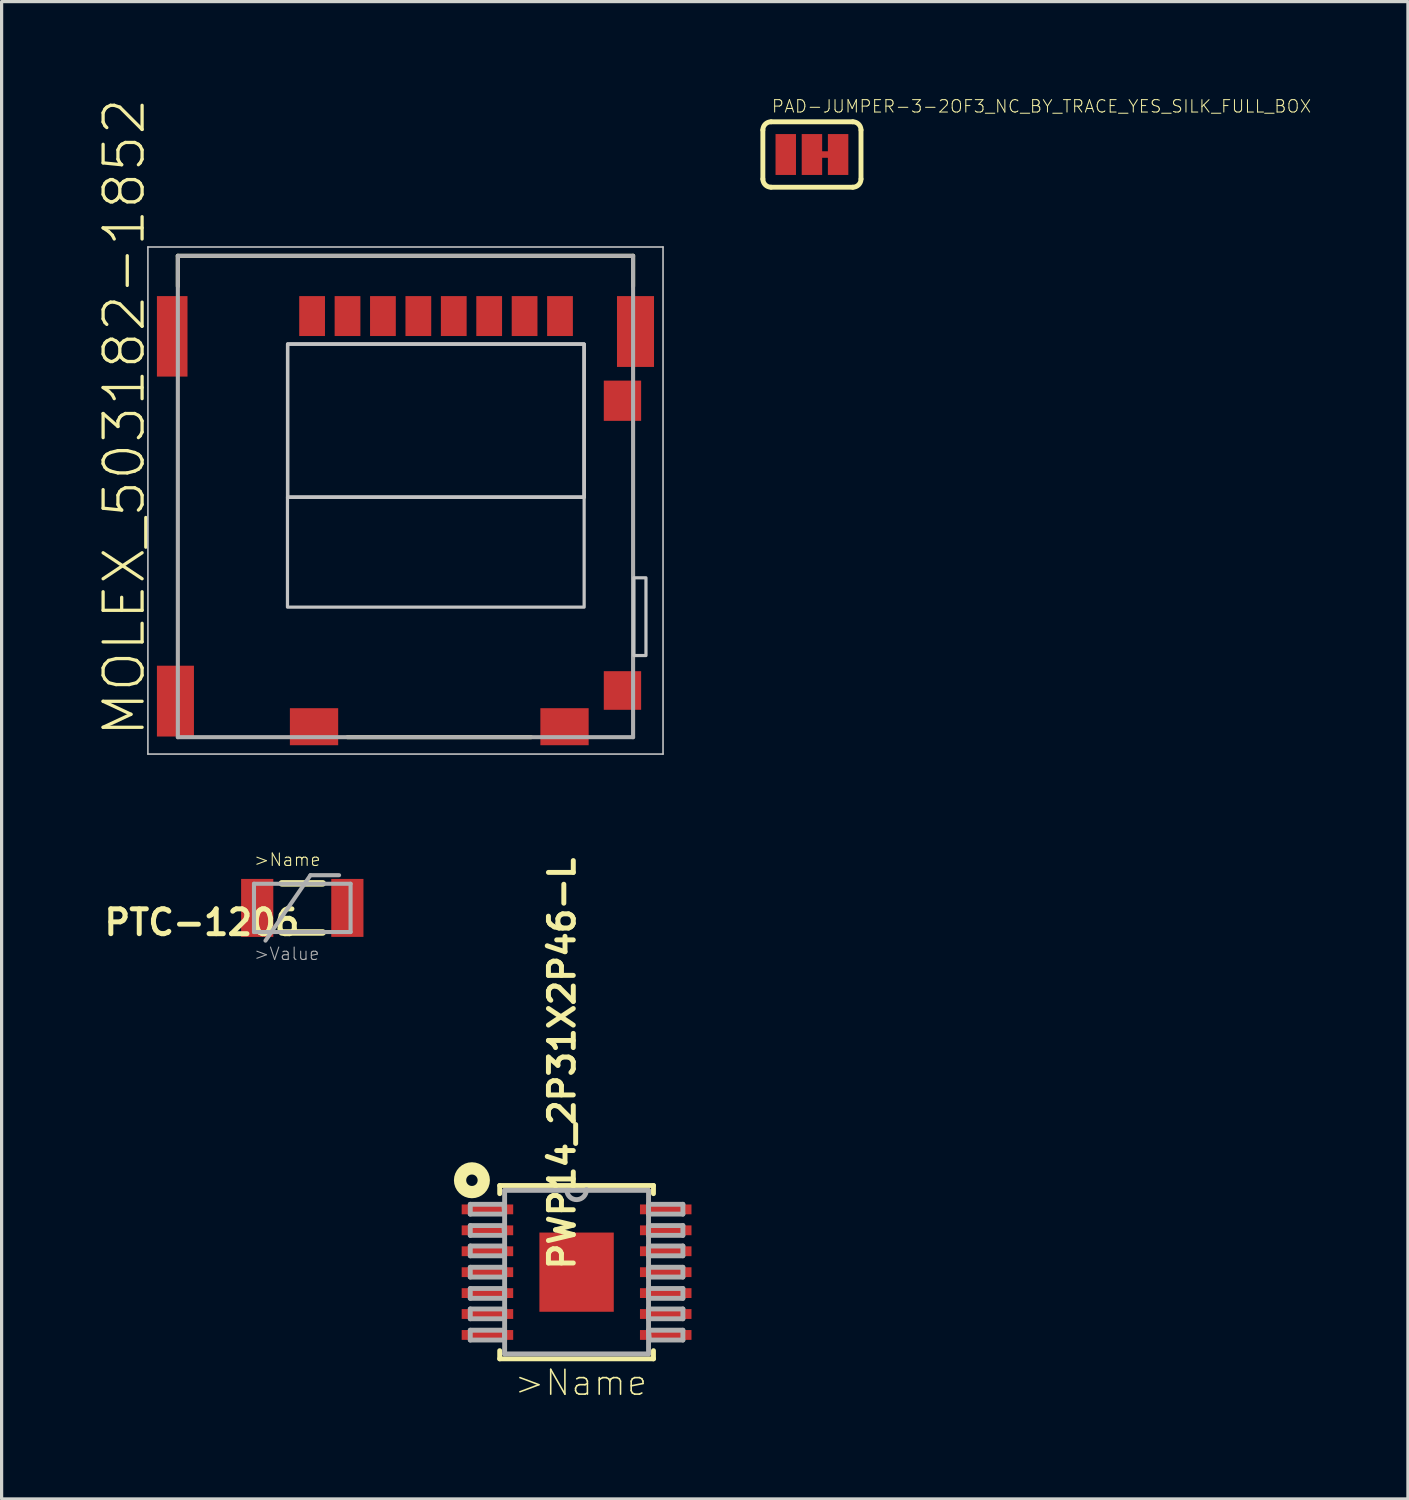
<source format=kicad_pcb>
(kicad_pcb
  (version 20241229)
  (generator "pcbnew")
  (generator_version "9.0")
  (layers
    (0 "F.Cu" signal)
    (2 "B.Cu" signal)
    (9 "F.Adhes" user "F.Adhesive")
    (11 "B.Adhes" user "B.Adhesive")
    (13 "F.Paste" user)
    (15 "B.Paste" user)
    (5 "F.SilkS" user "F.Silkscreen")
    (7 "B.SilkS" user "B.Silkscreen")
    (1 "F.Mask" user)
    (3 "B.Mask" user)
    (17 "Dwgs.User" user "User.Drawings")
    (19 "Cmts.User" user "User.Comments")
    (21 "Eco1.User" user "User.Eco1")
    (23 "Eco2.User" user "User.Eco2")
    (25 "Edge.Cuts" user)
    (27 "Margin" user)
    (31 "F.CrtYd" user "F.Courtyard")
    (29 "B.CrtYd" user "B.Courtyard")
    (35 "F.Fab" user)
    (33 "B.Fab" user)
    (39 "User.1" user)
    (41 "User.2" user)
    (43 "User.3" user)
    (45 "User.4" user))
  (footprint "PTC-1206"
    (layer "F.Cu")
    (at 6.339 25.15)
    (property "Reference" "PTC-1206" (at 0 0 180) (layer "F.SilkS") (effects (font (size 0.772 0.772) (thickness 0.154)) (justify right top)))
    (attr through_hole)
    (fp_line (start -0.635 -0.762) (end 0.635 -0.762) (stroke (width 0.203) (type solid)) (layer "F.SilkS"))
    (fp_line (start 0.635 0.762) (end -0.635 0.762) (stroke (width 0.203) (type solid)) (layer "F.SilkS"))
    (fp_line (start -1.5 -0.75) (end 1.5 -0.75) (stroke (width 0.127) (type solid)) (layer "F.Fab"))
    (fp_line (start -1.5 0.75) (end -1.5 -0.75) (stroke (width 0.127) (type solid)) (layer "F.Fab"))
    (fp_line (start -1.143 1.016) (end 0.254 -1.016) (stroke (width 0.127) (type solid)) (layer "F.Fab"))
    (fp_line (start 0.254 -1.016) (end 1.143 -1.016) (stroke (width 0.127) (type solid)) (layer "F.Fab"))
    (fp_line (start 1.5 -0.75) (end 1.5 0.75) (stroke (width 0.127) (type solid)) (layer "F.Fab"))
    (fp_line (start 1.5 0.75) (end -1.5 0.75) (stroke (width 0.127) (type solid)) (layer "F.Fab"))
    (fp_text user ">Name" (at -1.524 -1.27 0) (layer "F.SilkS") (effects (font (size 0.386 0.386) (thickness 0.033)) (justify left bottom)))
    (fp_text user ">Value" (at -1.524 1.651 0) (layer "F.Fab") (effects (font (size 0.386 0.386) (thickness 0.033)) (justify left bottom)))
    (pad "1" smd rect (at -1.4 0) (size 1 1.8) (layers "F.Cu" "F.Mask" "F.Paste"))
    (pad "2" smd rect (at 1.4 0) (size 1 1.8) (layers "F.Cu" "F.Mask" "F.Paste")))
  (footprint "PAD-JUMPER-3-2OF3_NC_BY_TRACE_YES_SILK_FULL_BOX"
    (layer "F.Cu")
    (at 22.169 1.749)
    (property "Reference" "PAD-JUMPER-3-2OF3_NC_BY_TRACE_YES_SILK_FULL_BOX" (at -1.27 -1.27 180) (layer "F.SilkS") (effects (font (size 0.386 0.386) (thickness 0.031)) (justify left bottom)))
    (attr through_hole)
    (fp_line (start 0 0) (end 0.635 0) (stroke (width 0.203) (type solid)) (layer "F.Cu"))
    (fp_line (start -1.524 0.762) (end -1.524 -0.762) (stroke (width 0.152) (type solid)) (layer "F.SilkS"))
    (fp_line (start -1.27 -1.016) (end 1.27 -1.016) (stroke (width 0.152) (type solid)) (layer "F.SilkS"))
    (fp_line (start 1.27 1.016) (end -1.27 1.016) (stroke (width 0.152) (type solid)) (layer "F.SilkS"))
    (fp_line (start 1.524 0.762) (end 1.524 -0.762) (stroke (width 0.152) (type solid)) (layer "F.SilkS"))
    (fp_arc (start -1.524 -0.762) (mid -1.449605 -0.941605) (end -1.27 -1.016) (stroke (width 0.1524) (type solid)) (layer "F.SilkS"))
    (fp_arc (start -1.27 1.016) (mid -1.449605 0.941605) (end -1.524 0.762) (stroke (width 0.1524) (type solid)) (layer "F.SilkS"))
    (fp_arc (start 1.27 -1.016) (mid 1.449605 -0.941605) (end 1.524 -0.762) (stroke (width 0.1524) (type solid)) (layer "F.SilkS"))
    (fp_arc (start 1.524 0.762) (mid 1.449605 0.941605) (end 1.27 1.016) (stroke (width 0.1524) (type solid)) (layer "F.SilkS"))
    (pad "1" smd rect (at -0.813 0) (size 0.635 1.27) (layers "F.Cu" "F.Mask"))
    (pad "2" smd rect (at 0 0) (size 0.635 1.27) (layers "F.Cu" "F.Mask"))
    (pad "3" smd rect (at 0.813 0) (size 0.635 1.27) (layers "F.Cu" "F.Mask")))
  (footprint "PWP14_2P31X2P46-L"
    (layer "F.Cu")
    (at 14.859 36.464)
    (property "Reference" "PWP14_2P31X2P46-L" (at 0 0 90) (layer "F.SilkS") (effects (font (size 0.772 0.772) (thickness 0.154)) (justify left bottom)))
    (attr through_hole)
    (fp_line (start -2.388 -2.692) (end -2.388 -2.438) (stroke (width 0.152) (type solid)) (layer "F.SilkS"))
    (fp_line (start -2.388 2.438) (end -2.388 2.692) (stroke (width 0.152) (type solid)) (layer "F.SilkS"))
    (fp_line (start -2.388 2.692) (end 2.388 2.692) (stroke (width 0.152) (type solid)) (layer "F.SilkS"))
    (fp_line (start 2.388 -2.692) (end -2.388 -2.692) (stroke (width 0.152) (type solid)) (layer "F.SilkS"))
    (fp_line (start 2.388 -2.438) (end 2.388 -2.692) (stroke (width 0.152) (type solid)) (layer "F.SilkS"))
    (fp_line (start 2.388 2.692) (end 2.388 2.438) (stroke (width 0.152) (type solid)) (layer "F.SilkS"))
    (fp_circle (center -3.251 -2.855) (end -3.073 -2.855) (stroke (width 0.381) (type solid)) (fill no) (layer "F.SilkS"))
    (fp_poly (pts (xy -1.155 -1.23) (xy -1.155 1.23) (xy 1.155 1.23) (xy 1.155 -1.23)) (stroke (width 0) (type solid)) (fill yes) (layer "F.Paste"))
    (fp_line (start -3.302 -2.108) (end -3.302 -1.803) (stroke (width 0.152) (type solid)) (layer "F.Fab"))
    (fp_line (start -3.302 -1.803) (end -2.235 -1.803) (stroke (width 0.152) (type solid)) (layer "F.Fab"))
    (fp_line (start -3.302 -1.448) (end -3.302 -1.143) (stroke (width 0.152) (type solid)) (layer "F.Fab"))
    (fp_line (start -3.302 -1.143) (end -2.235 -1.143) (stroke (width 0.152) (type solid)) (layer "F.Fab"))
    (fp_line (start -3.302 -0.813) (end -3.302 -0.508) (stroke (width 0.152) (type solid)) (layer "F.Fab"))
    (fp_line (start -3.302 -0.508) (end -2.235 -0.508) (stroke (width 0.152) (type solid)) (layer "F.Fab"))
    (fp_line (start -3.302 -0.152) (end -3.302 0.152) (stroke (width 0.152) (type solid)) (layer "F.Fab"))
    (fp_line (start -3.302 0.152) (end -2.235 0.152) (stroke (width 0.152) (type solid)) (layer "F.Fab"))
    (fp_line (start -3.302 0.508) (end -3.302 0.813) (stroke (width 0.152) (type solid)) (layer "F.Fab"))
    (fp_line (start -3.302 0.813) (end -2.235 0.813) (stroke (width 0.152) (type solid)) (layer "F.Fab"))
    (fp_line (start -3.302 1.143) (end -3.302 1.448) (stroke (width 0.152) (type solid)) (layer "F.Fab"))
    (fp_line (start -3.302 1.448) (end -2.235 1.448) (stroke (width 0.152) (type solid)) (layer "F.Fab"))
    (fp_line (start -3.302 1.803) (end -3.302 2.108) (stroke (width 0.152) (type solid)) (layer "F.Fab"))
    (fp_line (start -3.302 2.108) (end -2.235 2.108) (stroke (width 0.152) (type solid)) (layer "F.Fab"))
    (fp_line (start -2.261 -2.108) (end -3.302 -2.108) (stroke (width 0.152) (type solid)) (layer "F.Fab"))
    (fp_line (start -2.261 -1.448) (end -3.302 -1.448) (stroke (width 0.152) (type solid)) (layer "F.Fab"))
    (fp_line (start -2.235 -2.54) (end -2.235 2.54) (stroke (width 0.152) (type solid)) (layer "F.Fab"))
    (fp_line (start -2.235 -1.803) (end -2.261 -2.108) (stroke (width 0.152) (type solid)) (layer "F.Fab"))
    (fp_line (start -2.235 -1.143) (end -2.261 -1.448) (stroke (width 0.152) (type solid)) (layer "F.Fab"))
    (fp_line (start -2.235 -0.813) (end -3.302 -0.813) (stroke (width 0.152) (type solid)) (layer "F.Fab"))
    (fp_line (start -2.235 -0.508) (end -2.235 -0.813) (stroke (width 0.152) (type solid)) (layer "F.Fab"))
    (fp_line (start -2.235 -0.152) (end -3.302 -0.152) (stroke (width 0.152) (type solid)) (layer "F.Fab"))
    (fp_line (start -2.235 0.152) (end -2.235 -0.152) (stroke (width 0.152) (type solid)) (layer "F.Fab"))
    (fp_line (start -2.235 0.508) (end -3.302 0.508) (stroke (width 0.152) (type solid)) (layer "F.Fab"))
    (fp_line (start -2.235 0.813) (end -2.235 0.508) (stroke (width 0.152) (type solid)) (layer "F.Fab"))
    (fp_line (start -2.235 1.143) (end -3.302 1.143) (stroke (width 0.152) (type solid)) (layer "F.Fab"))
    (fp_line (start -2.235 1.448) (end -2.235 1.143) (stroke (width 0.152) (type solid)) (layer "F.Fab"))
    (fp_line (start -2.235 1.803) (end -3.302 1.803) (stroke (width 0.152) (type solid)) (layer "F.Fab"))
    (fp_line (start -2.235 2.108) (end -2.235 1.803) (stroke (width 0.152) (type solid)) (layer "F.Fab"))
    (fp_line (start -2.235 2.54) (end 2.235 2.54) (stroke (width 0.152) (type solid)) (layer "F.Fab"))
    (fp_line (start -0.305 -2.54) (end -2.235 -2.54) (stroke (width 0.152) (type solid)) (layer "F.Fab"))
    (fp_line (start 2.235 -2.54) (end -0.305 -2.54) (stroke (width 0.152) (type solid)) (layer "F.Fab"))
    (fp_line (start 2.235 -2.108) (end 2.235 -1.803) (stroke (width 0.152) (type solid)) (layer "F.Fab"))
    (fp_line (start 2.235 -1.803) (end 3.302 -1.803) (stroke (width 0.152) (type solid)) (layer "F.Fab"))
    (fp_line (start 2.235 -1.448) (end 2.235 -1.143) (stroke (width 0.152) (type solid)) (layer "F.Fab"))
    (fp_line (start 2.235 -1.143) (end 3.302 -1.143) (stroke (width 0.152) (type solid)) (layer "F.Fab"))
    (fp_line (start 2.235 -0.813) (end 2.235 -0.508) (stroke (width 0.152) (type solid)) (layer "F.Fab"))
    (fp_line (start 2.235 -0.508) (end 3.302 -0.508) (stroke (width 0.152) (type solid)) (layer "F.Fab"))
    (fp_line (start 2.235 -0.152) (end 2.235 0.152) (stroke (width 0.152) (type solid)) (layer "F.Fab"))
    (fp_line (start 2.235 0.152) (end 3.302 0.152) (stroke (width 0.152) (type solid)) (layer "F.Fab"))
    (fp_line (start 2.235 0.508) (end 2.235 0.813) (stroke (width 0.152) (type solid)) (layer "F.Fab"))
    (fp_line (start 2.235 0.813) (end 3.302 0.813) (stroke (width 0.152) (type solid)) (layer "F.Fab"))
    (fp_line (start 2.235 1.143) (end 2.235 1.448) (stroke (width 0.152) (type solid)) (layer "F.Fab"))
    (fp_line (start 2.235 1.448) (end 3.302 1.448) (stroke (width 0.152) (type solid)) (layer "F.Fab"))
    (fp_line (start 2.235 1.803) (end 2.261 2.108) (stroke (width 0.152) (type solid)) (layer "F.Fab"))
    (fp_line (start 2.235 2.54) (end 2.235 -2.54) (stroke (width 0.152) (type solid)) (layer "F.Fab"))
    (fp_line (start 2.261 2.108) (end 3.302 2.108) (stroke (width 0.152) (type solid)) (layer "F.Fab"))
    (fp_line (start 3.302 -2.108) (end 2.235 -2.108) (stroke (width 0.152) (type solid)) (layer "F.Fab"))
    (fp_line (start 3.302 -1.803) (end 3.302 -2.108) (stroke (width 0.152) (type solid)) (layer "F.Fab"))
    (fp_line (start 3.302 -1.448) (end 2.235 -1.448) (stroke (width 0.152) (type solid)) (layer "F.Fab"))
    (fp_line (start 3.302 -1.143) (end 3.302 -1.448) (stroke (width 0.152) (type solid)) (layer "F.Fab"))
    (fp_line (start 3.302 -0.813) (end 2.235 -0.813) (stroke (width 0.152) (type solid)) (layer "F.Fab"))
    (fp_line (start 3.302 -0.508) (end 3.302 -0.813) (stroke (width 0.152) (type solid)) (layer "F.Fab"))
    (fp_line (start 3.302 -0.152) (end 2.235 -0.152) (stroke (width 0.152) (type solid)) (layer "F.Fab"))
    (fp_line (start 3.302 0.152) (end 3.302 -0.152) (stroke (width 0.152) (type solid)) (layer "F.Fab"))
    (fp_line (start 3.302 0.508) (end 2.235 0.508) (stroke (width 0.152) (type solid)) (layer "F.Fab"))
    (fp_line (start 3.302 0.813) (end 3.302 0.508) (stroke (width 0.152) (type solid)) (layer "F.Fab"))
    (fp_line (start 3.302 1.143) (end 2.235 1.143) (stroke (width 0.152) (type solid)) (layer "F.Fab"))
    (fp_line (start 3.302 1.448) (end 3.302 1.143) (stroke (width 0.152) (type solid)) (layer "F.Fab"))
    (fp_line (start 3.302 1.803) (end 2.235 1.803) (stroke (width 0.152) (type solid)) (layer "F.Fab"))
    (fp_line (start 3.302 2.108) (end 3.302 1.803) (stroke (width 0.152) (type solid)) (layer "F.Fab"))
    (fp_arc (start 0.3048 -2.5654) (mid 0.0127 -2.2479) (end -0.3048 -2.54) (stroke (width 0.1524) (type solid)) (layer "F.Fab"))
    (fp_text user ">Name" (at -1.976 3.886 0) (layer "F.SilkS") (effects (font (size 0.772 0.772) (thickness 0.049)) (justify left bottom)))
    (pad "1" smd rect (at -2.769 -1.95) (size 1.6 0.305) (layers "F.Cu" "F.Mask" "F.Paste"))
    (pad "2" smd rect (at -2.769 -1.3) (size 1.6 0.305) (layers "F.Cu" "F.Mask" "F.Paste"))
    (pad "3" smd rect (at -2.769 -0.65) (size 1.6 0.305) (layers "F.Cu" "F.Mask" "F.Paste"))
    (pad "4" smd rect (at -2.769 0) (size 1.6 0.305) (layers "F.Cu" "F.Mask" "F.Paste"))
    (pad "5" smd rect (at -2.769 0.65) (size 1.6 0.305) (layers "F.Cu" "F.Mask" "F.Paste"))
    (pad "6" smd rect (at -2.769 1.3) (size 1.6 0.305) (layers "F.Cu" "F.Mask" "F.Paste"))
    (pad "7" smd rect (at -2.769 1.95) (size 1.6 0.305) (layers "F.Cu" "F.Mask" "F.Paste"))
    (pad "8" smd rect (at 2.769 1.95) (size 1.6 0.305) (layers "F.Cu" "F.Mask" "F.Paste"))
    (pad "9" smd rect (at 2.769 1.3) (size 1.6 0.305) (layers "F.Cu" "F.Mask" "F.Paste"))
    (pad "10" smd rect (at 2.769 0.65) (size 1.6 0.305) (layers "F.Cu" "F.Mask" "F.Paste"))
    (pad "11" smd rect (at 2.769 0) (size 1.6 0.305) (layers "F.Cu" "F.Mask" "F.Paste"))
    (pad "12" smd rect (at 2.769 -0.65) (size 1.6 0.305) (layers "F.Cu" "F.Mask" "F.Paste"))
    (pad "13" smd rect (at 2.769 -1.3) (size 1.6 0.305) (layers "F.Cu" "F.Mask" "F.Paste"))
    (pad "14" smd rect (at 2.769 -1.95) (size 1.6 0.305) (layers "F.Cu" "F.Mask" "F.Paste"))
    (pad "15" smd rect (at 0 0) (size 2.31 2.46) (layers "F.Cu" "F.Mask" "F.Paste")))
  (footprint "MOLEX_503182-1852"
    (layer "F.Cu")
    (at 9.544 13.122)
    (property "Reference" "MOLEX_503182-1852" (at -8.027 6.773 90) (layer "F.SilkS") (effects (font (size 1.211 1.211) (thickness 0.102)) (justify left bottom)))
    (attr through_hole)
    (fp_line (start -7.07 -8.225) (end 7.07 -8.225) (stroke (width 0.127) (type solid)) (layer "F.SilkS"))
    (fp_line (start -7.07 -7.28) (end -7.07 -8.225) (stroke (width 0.127) (type solid)) (layer "F.SilkS"))
    (fp_line (start -1.8 6.725) (end 3.9 6.725) (stroke (width 0.127) (type solid)) (layer "F.SilkS"))
    (fp_line (start 7.07 -8.225) (end 7.07 -7.28) (stroke (width 0.127) (type solid)) (layer "F.SilkS"))
    (fp_line (start -8 -8.5) (end -8 7.25) (stroke (width 0.05) (type solid)) (layer "Dwgs.User"))
    (fp_line (start -8 7.25) (end 8 7.25) (stroke (width 0.05) (type solid)) (layer "Dwgs.User"))
    (fp_line (start 8 -8.5) (end -8 -8.5) (stroke (width 0.05) (type solid)) (layer "Dwgs.User"))
    (fp_line (start 8 7.25) (end 8 -8.5) (stroke (width 0.05) (type solid)) (layer "Dwgs.User"))
    (fp_poly (pts (xy -3.665 2.686) (xy 5.55 2.686) (xy 5.55 -0.725) (xy -3.665 -0.725)) (stroke (width 0.1) (type solid)) (fill no) (layer "Dwgs.User"))
    (fp_poly (pts (xy -3.663 -0.728) (xy 5.55 -0.728) (xy 5.55 -5.485) (xy -3.663 -5.485)) (stroke (width 0.1) (type solid)) (fill no) (layer "Dwgs.User"))
    (fp_poly (pts (xy -3.662 -0.727) (xy 5.55 -0.727) (xy 5.55 -5.485) (xy -3.662 -5.485)) (stroke (width 0.1) (type solid)) (fill no) (layer "Dwgs.User"))
    (fp_poly (pts (xy -3.66 -0.727) (xy 5.55 -0.727) (xy 5.55 -5.485) (xy -3.66 -5.485)) (stroke (width 0.1) (type solid)) (fill no) (layer "Dwgs.User"))
    (fp_poly (pts (xy 7.094 4.189) (xy 7.47 4.189) (xy 7.47 1.775) (xy 7.094 1.775)) (stroke (width 0.1) (type solid)) (fill no) (layer "Dwgs.User"))
    (fp_line (start -7.07 -8.225) (end 7.07 -8.225) (stroke (width 0.127) (type solid)) (layer "F.Fab"))
    (fp_line (start -7.07 6.725) (end -7.07 -8.225) (stroke (width 0.127) (type solid)) (layer "F.Fab"))
    (fp_line (start 7.07 -8.225) (end 7.07 6.725) (stroke (width 0.127) (type solid)) (layer "F.Fab"))
    (fp_line (start 7.07 6.725) (end -7.07 6.725) (stroke (width 0.127) (type solid)) (layer "F.Fab"))
    (pad "1" smd rect (at -2.9 -6.355) (size 0.8 1.24) (layers "F.Cu" "F.Mask" "F.Paste"))
    (pad "2" smd rect (at -1.8 -6.355) (size 0.8 1.24) (layers "F.Cu" "F.Mask" "F.Paste"))
    (pad "3" smd rect (at -0.7 -6.355) (size 0.8 1.24) (layers "F.Cu" "F.Mask" "F.Paste"))
    (pad "4" smd rect (at 0.4 -6.355) (size 0.8 1.24) (layers "F.Cu" "F.Mask" "F.Paste"))
    (pad "5" smd rect (at 1.5 -6.355) (size 0.8 1.24) (layers "F.Cu" "F.Mask" "F.Paste"))
    (pad "6" smd rect (at 2.6 -6.355) (size 0.8 1.24) (layers "F.Cu" "F.Mask" "F.Paste"))
    (pad "7" smd rect (at 3.7 -6.355) (size 0.8 1.24) (layers "F.Cu" "F.Mask" "F.Paste"))
    (pad "8" smd rect (at 4.8 -6.355) (size 0.8 1.24) (layers "F.Cu" "F.Mask" "F.Paste"))
    (pad "DT" smd rect (at 6.74 5.275) (size 1.16 1.2) (layers "F.Cu" "F.Mask" "F.Paste"))
    (pad "P1" smd rect (at -7.245 -5.725) (size 0.95 2.5) (layers "F.Cu" "F.Mask" "F.Paste"))
    (pad "P2" smd rect (at 7.145 -5.875) (size 1.15 2.2) (layers "F.Cu" "F.Mask" "F.Paste"))
    (pad "P3" smd rect (at -7.145 5.605) (size 1.15 2.2) (layers "F.Cu" "F.Mask" "F.Paste"))
    (pad "P4" smd rect (at -2.84 6.4) (size 1.5 1.15) (layers "F.Cu" "F.Mask" "F.Paste"))
    (pad "P5" smd rect (at 4.94 6.4) (size 1.5 1.15) (layers "F.Cu" "F.Mask" "F.Paste"))
    (pad "SW" smd rect (at 6.74 -3.725) (size 1.16 1.25) (layers "F.Cu" "F.Mask" "F.Paste")))
  (gr_rect
    (start -3 -3)
    (end 40.681 43.507)
    (stroke (width 0.1) (type default))
    (fill no)
    (layer "Edge.Cuts")))
</source>
